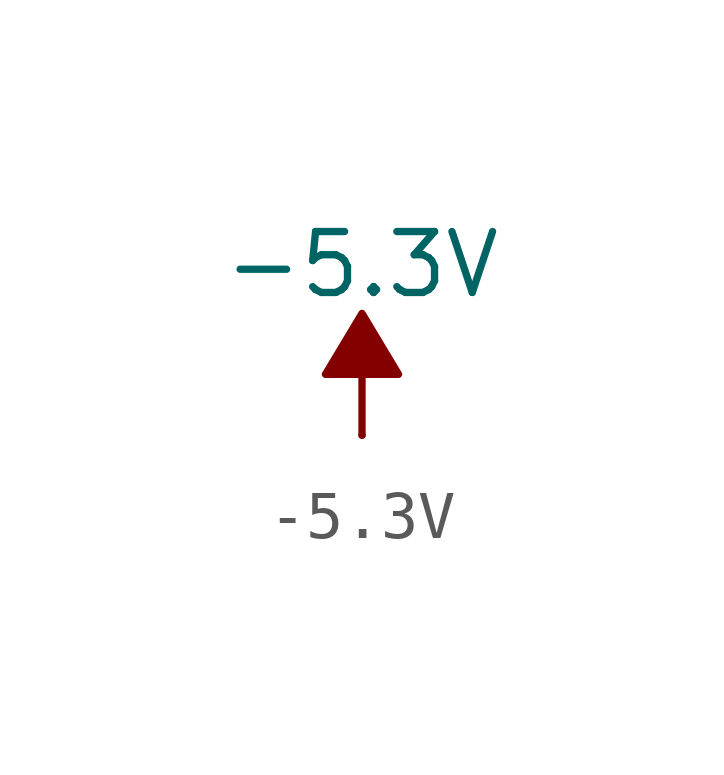
<source format=kicad_sym>
(kicad_symbol_lib
  (version 20241209)
  (generator "kicad_symbol_editor")
  (generator_version "9.0")
  (symbol "-5.3V"
    (power)
    (pin_numbers
      (hide yes))
    (pin_names
      (offset 0)
      (hide yes))
    (property "Reference" "#PWR"
      (at 0 -3.81 0)
      (effects (font (size 1.27 1.27)) (hide yes)))
    (property "Value" "-5.3V"
      (at 0 3.556 0)
      (effects (font (size 1.27 1.27))))
    (symbol "-5.3V_0_0"
      (pin power_in line (at 0 0 90) (length 0) (name "~" (effects (font (size 1.27 1.27)))) (number "1" (effects (font (size 1.27 1.27))))))
    (symbol "-5.3V_0_1"
      (polyline (pts (xy 0 0) (xy 0 1.27) (xy 0.762 1.27) (xy 0 2.54) (xy -0.762 1.27) (xy 0 1.27)) (stroke (width 0) (type default)) (fill (type outline))))))
</source>
